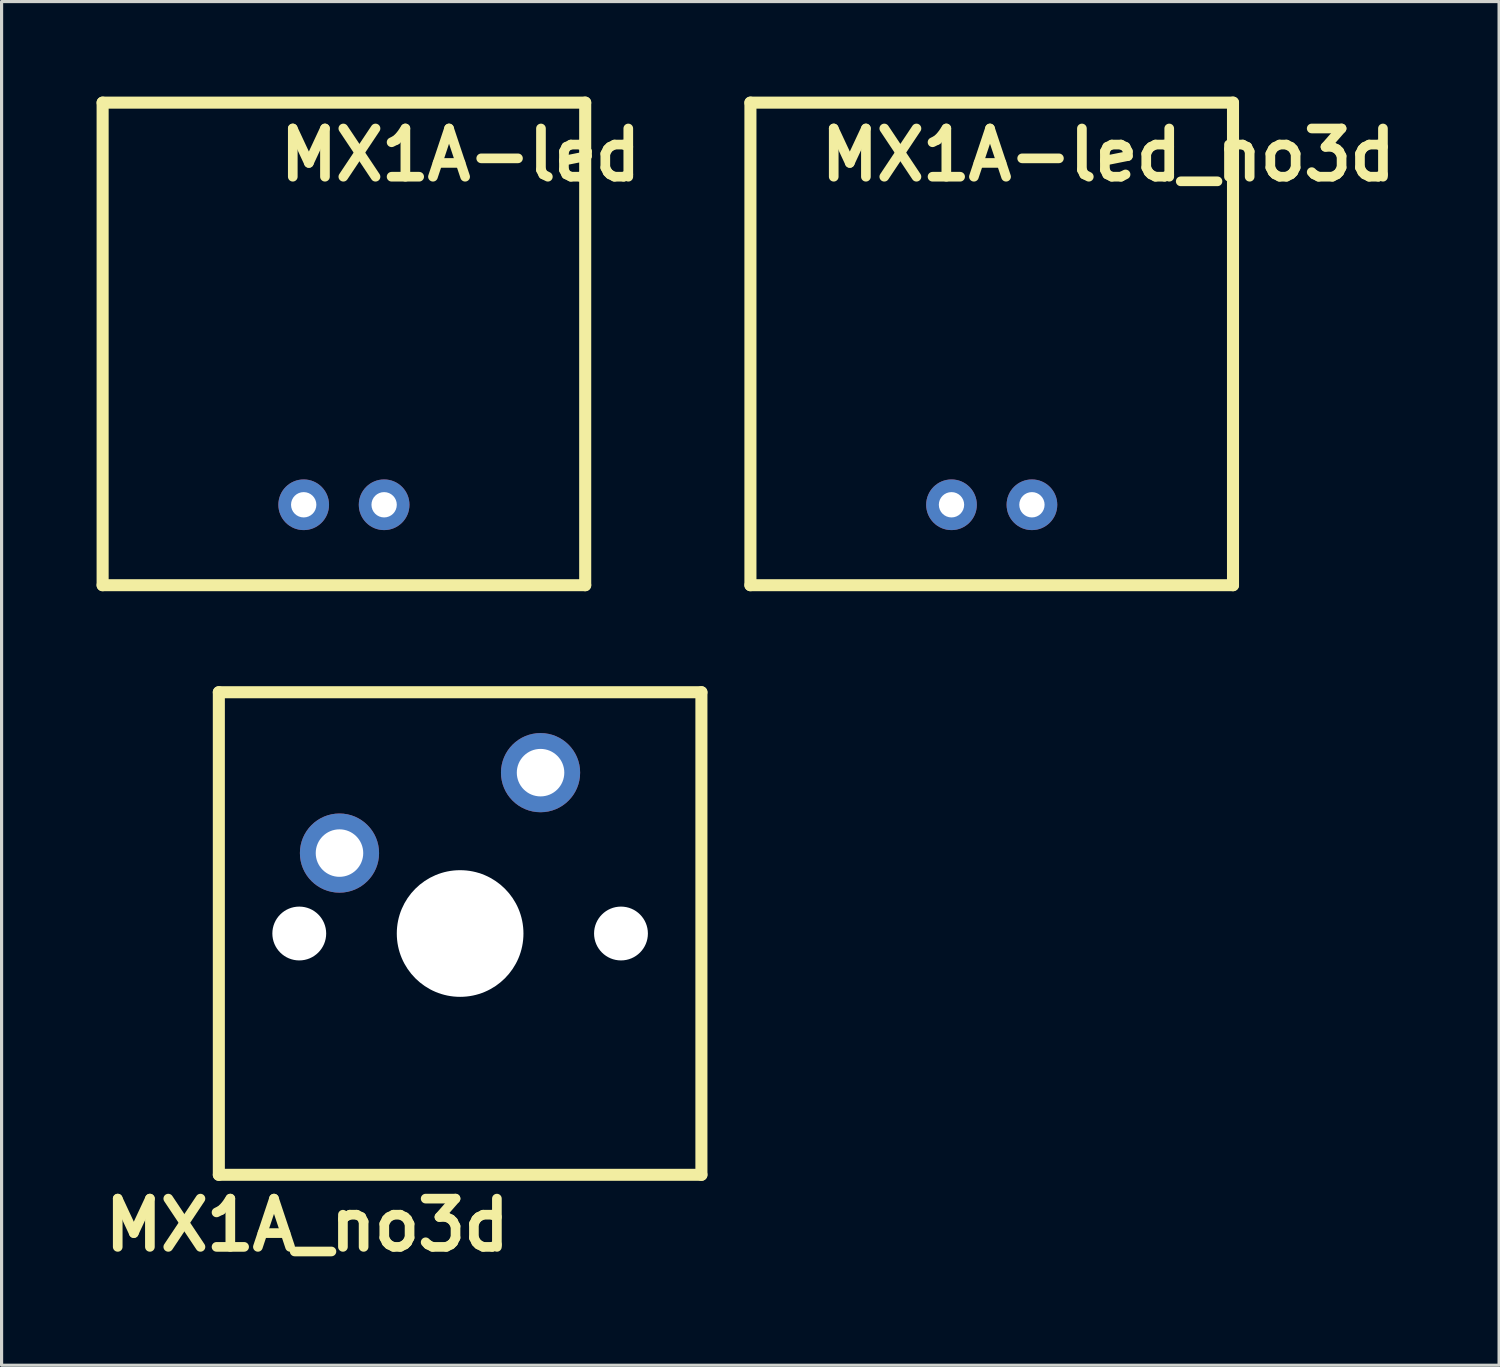
<source format=kicad_pcb>
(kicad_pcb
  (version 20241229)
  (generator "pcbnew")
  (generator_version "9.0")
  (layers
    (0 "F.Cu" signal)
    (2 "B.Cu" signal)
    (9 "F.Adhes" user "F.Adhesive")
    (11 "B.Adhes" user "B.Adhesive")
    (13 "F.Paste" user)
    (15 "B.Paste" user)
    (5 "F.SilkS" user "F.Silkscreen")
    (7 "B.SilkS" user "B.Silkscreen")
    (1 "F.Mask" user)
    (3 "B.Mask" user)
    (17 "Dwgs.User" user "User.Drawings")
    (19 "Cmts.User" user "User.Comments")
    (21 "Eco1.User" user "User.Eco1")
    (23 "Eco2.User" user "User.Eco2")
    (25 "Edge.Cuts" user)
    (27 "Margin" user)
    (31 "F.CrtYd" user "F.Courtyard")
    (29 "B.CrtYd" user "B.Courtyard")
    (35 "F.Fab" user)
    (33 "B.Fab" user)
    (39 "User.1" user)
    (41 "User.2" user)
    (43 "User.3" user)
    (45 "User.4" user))
  (footprint "MX1A-led_no3d"
    (layer "F.Cu")
    (at 28.269 7.811)
    (property "Reference" "MX1A-led_no3d" (at 3.683 -5.969 0) (layer "F.SilkS") (effects (font (size 1.524 1.524) (thickness 0.305))))
    (attr through_hole)
    (fp_line (start -7.62 -7.62) (end 7.62 -7.62) (stroke (width 0.381) (type solid)) (layer "F.SilkS"))
    (fp_line (start -7.62 7.62) (end -7.62 -7.62) (stroke (width 0.381) (type solid)) (layer "F.SilkS"))
    (fp_line (start 7.62 -7.62) (end 7.62 7.62) (stroke (width 0.381) (type solid)) (layer "F.SilkS"))
    (fp_line (start 7.62 7.62) (end -7.62 7.62) (stroke (width 0.381) (type solid)) (layer "F.SilkS"))
    (pad "1" thru_hole circle (at -1.27 5.08) (size 1.6 1.6) (drill 0.8) (layers "*.Cu" "*.Mask"))
    (pad "2" thru_hole circle (at 1.27 5.08) (size 1.6 1.6) (drill 0.8) (layers "*.Cu" "*.Mask")))
  (footprint "MX1A-led"
    (layer "F.Cu")
    (at 7.811 7.811)
    (property "Reference" "MX1A-led" (at 3.683 -5.969 0) (layer "F.SilkS") (effects (font (size 1.524 1.524) (thickness 0.305))))
    (attr through_hole)
    (fp_line (start -7.62 -7.62) (end 7.62 -7.62) (stroke (width 0.381) (type solid)) (layer "F.SilkS"))
    (fp_line (start -7.62 7.62) (end -7.62 -7.62) (stroke (width 0.381) (type solid)) (layer "F.SilkS"))
    (fp_line (start 7.62 -7.62) (end 7.62 7.62) (stroke (width 0.381) (type solid)) (layer "F.SilkS"))
    (fp_line (start 7.62 7.62) (end -7.62 7.62) (stroke (width 0.381) (type solid)) (layer "F.SilkS"))
    (pad "1" thru_hole circle (at -1.27 5.08) (size 1.6 1.6) (drill 0.8) (layers "*.Cu" "*.Mask"))
    (pad "2" thru_hole circle (at 1.27 5.08) (size 1.6 1.6) (drill 0.8) (layers "*.Cu" "*.Mask")))
  (footprint "MX1A_no3d"
    (layer "F.Cu")
    (at 11.481 26.431)
    (property "Reference" "MX1A_no3d" (at -4.826 9.207 0) (layer "F.SilkS") (effects (font (size 1.524 1.524) (thickness 0.305))))
    (attr through_hole)
    (fp_line (start -7.62 -7.62) (end 7.62 -7.62) (stroke (width 0.381) (type solid)) (layer "F.SilkS"))
    (fp_line (start -7.62 7.62) (end -7.62 -7.62) (stroke (width 0.381) (type solid)) (layer "F.SilkS"))
    (fp_line (start 7.62 -7.62) (end 7.62 7.62) (stroke (width 0.381) (type solid)) (layer "F.SilkS"))
    (fp_line (start 7.62 7.62) (end -7.62 7.62) (stroke (width 0.381) (type solid)) (layer "F.SilkS"))
    (pad "" np_thru_hole circle (at -5.08 0) (size 1.7 1.7) (drill 1.7) (layers "*.Cu" "*.Mask"))
    (pad "" np_thru_hole circle (at 0 0) (size 4 4) (drill 4) (layers "*.Cu" "*.Mask"))
    (pad "" np_thru_hole circle (at 5.08 0) (size 1.7 1.7) (drill 1.7) (layers "*.Cu" "*.Mask"))
    (pad "1" thru_hole circle (at -3.81 -2.54) (size 2.5 2.5) (drill 1.5) (layers "*.Cu" "*.Mask"))
    (pad "2" thru_hole circle (at 2.54 -5.08) (size 2.5 2.5) (drill 1.5) (layers "*.Cu" "*.Mask")))
  (gr_rect
    (start -3 -3)
    (end 44.292 40.065)
    (stroke (width 0.1) (type default))
    (fill no)
    (layer "Edge.Cuts")))
</source>
